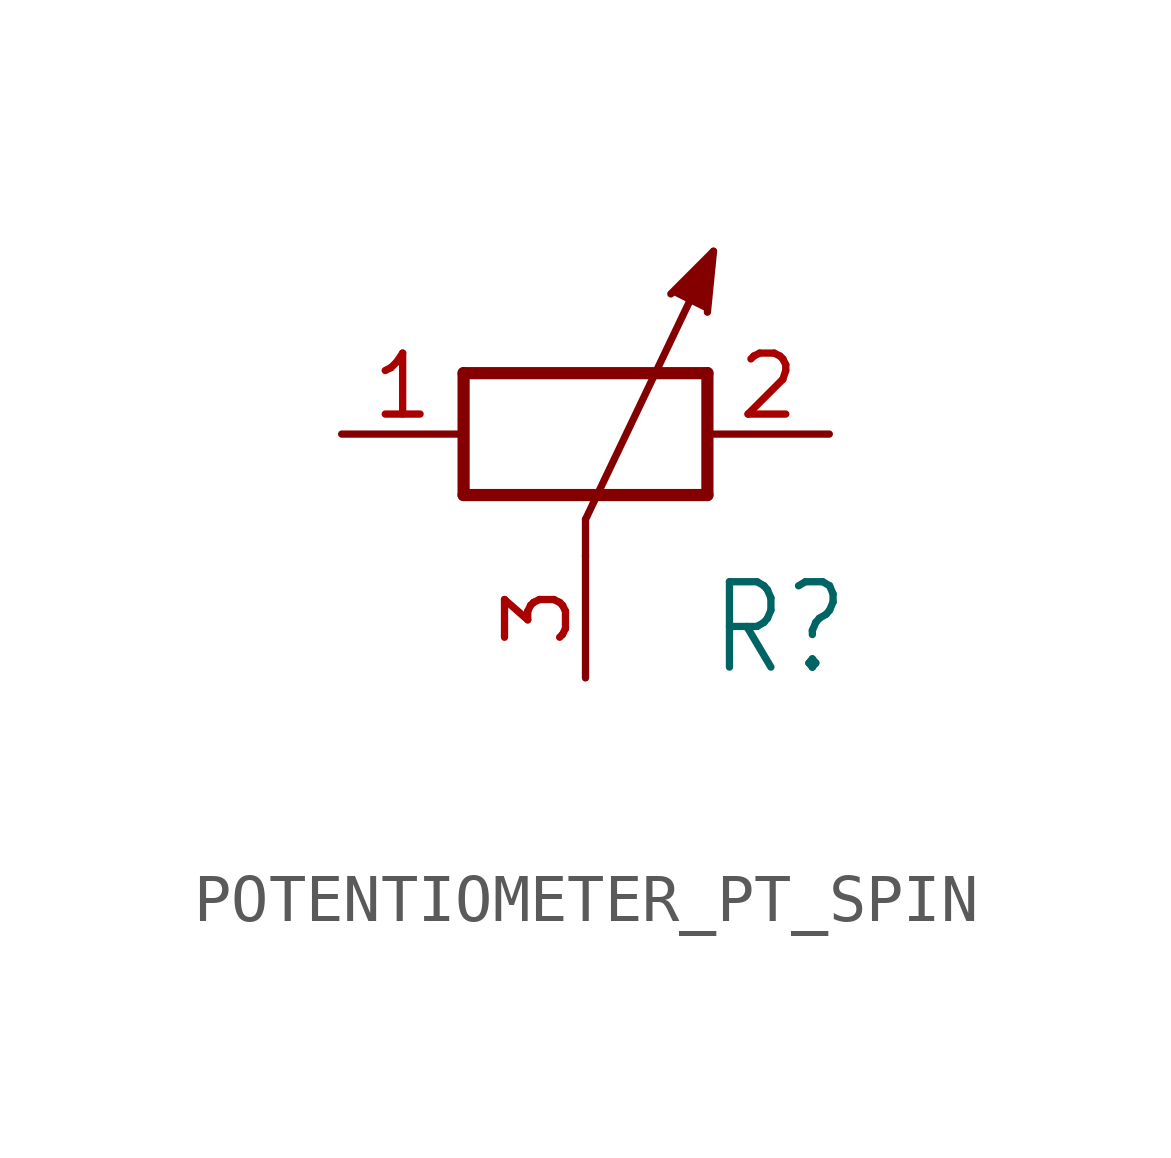
<source format=kicad_sym>
(kicad_symbol_lib
  (version 20220914)
  (generator kicad_symbol_editor)
  (symbol "POTENTIOMETER_PT_SPIN"
    (property "Reference" "R"
      (at 2.54 -5.08 0)
      (effects (font (size 1.778 1.511)) (justify left bottom)))
    (property "Value" ""
      (at 2.54 -7.62 0)
      (effects (font (size 1.778 1.511)) (justify left bottom)))
    (property "ki_locked" ""
      (at 0 0 0)
      (effects (font (size 1.27 1.27))))
    (symbol "POTENTIOMETER_PT_SPIN_1_0"
      (polyline (pts (xy -2.54 -1.27) (xy 2.54 -1.27)) (stroke (width 0.254) (type solid)) (fill (type none)))
      (polyline (pts (xy -2.54 1.27) (xy -2.54 -1.27)) (stroke (width 0.254) (type solid)) (fill (type none)))
      (polyline (pts (xy 0 -1.778) (xy 0 -2.54)) (stroke (width 0.152) (type solid)) (fill (type none)))
      (polyline (pts (xy 0 -1.778) (xy 2.667 3.81)) (stroke (width 0.152) (type solid)) (fill (type none)))
      (polyline (pts (xy 2.54 -1.27) (xy 2.54 1.27)) (stroke (width 0.254) (type solid)) (fill (type none)))
      (polyline (pts (xy 2.54 1.27) (xy -2.54 1.27)) (stroke (width 0.254) (type solid)) (fill (type none)))
      (polyline (pts (xy 2.54 2.54) (xy 2.667 3.81) (xy 1.778 2.921)) (stroke (width 0.152) (type solid)) (fill (type outline)))
      (pin passive line (at -5.08 0 0) (length 2.54) (name "1" (effects (font (size 0 0)))) (number "1" (effects (font (size 1.27 1.27)))))
      (pin passive line (at 5.08 0 180) (length 2.54) (name "2" (effects (font (size 0 0)))) (number "2" (effects (font (size 1.27 1.27)))))
      (pin passive line (at 0 -5.08 90) (length 2.54) (name "3" (effects (font (size 0 0)))) (number "3" (effects (font (size 1.27 1.27))))))))
</source>
